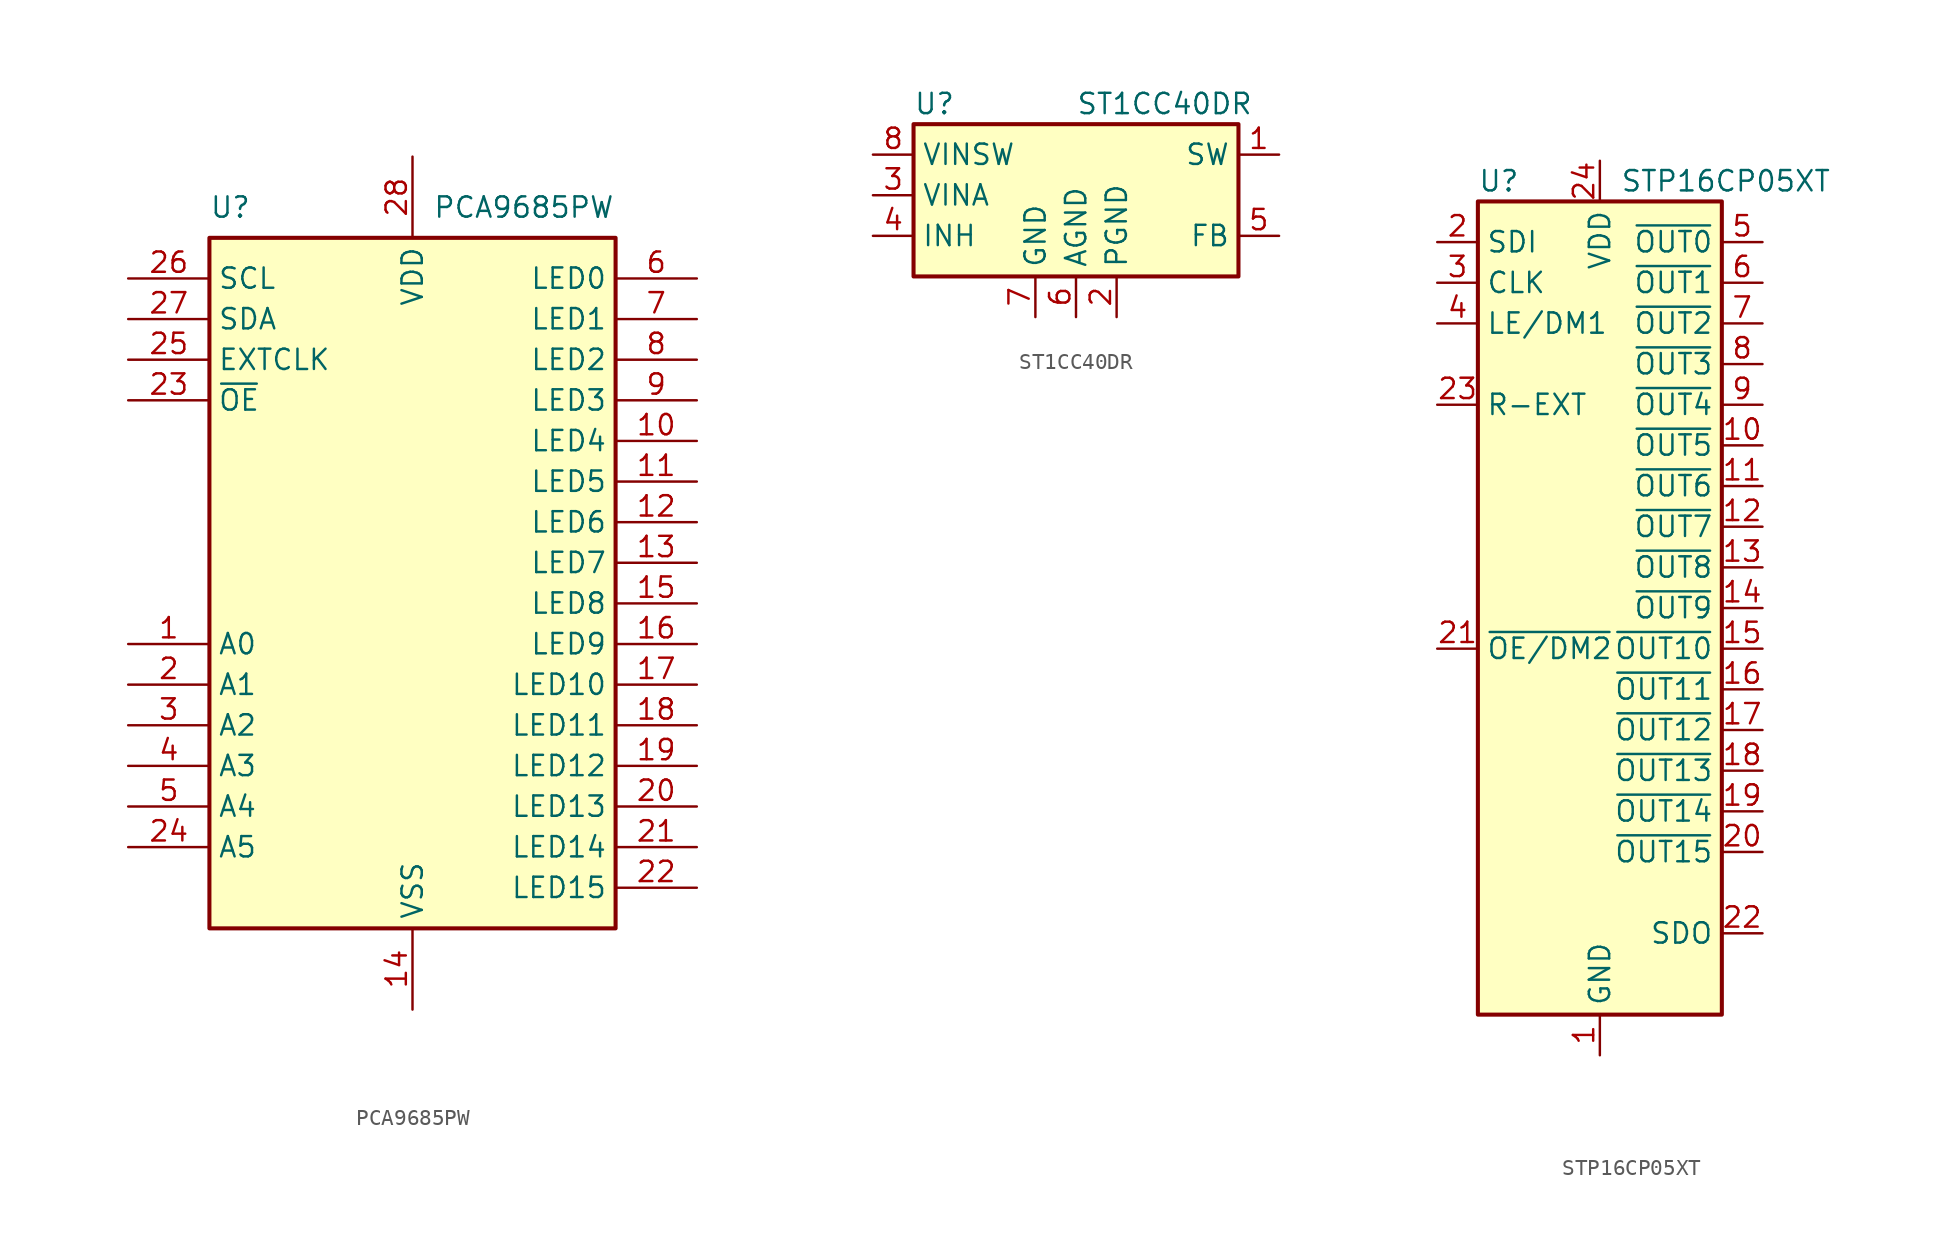
<source format=kicad_sym>
(kicad_symbol_lib
  (version 20211014)
  (generator kicad_symbol_editor)
  (symbol "PCA9685PW"
    (property "Reference" "U"
      (at -12.7 22.225 0)
      (effects (font (size 1.27 1.27)) (justify left)))
    (property "Value" "PCA9685PW"
      (at 1.27 22.225 0)
      (effects (font (size 1.27 1.27)) (justify left)))
    (symbol "PCA9685PW_0_1"
      (rectangle (start -12.7 20.32) (end 12.7 -22.86) (stroke (width 0.254) (type default) (color 0 0 0 0)) (fill (type background))))
    (symbol "PCA9685PW_1_1"
      (pin input line (at -17.78 -5.08 0) (length 5.08) (name "A0" (effects (font (size 1.27 1.27)))) (number "1" (effects (font (size 1.27 1.27)))))
      (pin output line (at 17.78 7.62 180) (length 5.08) (name "LED4" (effects (font (size 1.27 1.27)))) (number "10" (effects (font (size 1.27 1.27)))))
      (pin output line (at 17.78 5.08 180) (length 5.08) (name "LED5" (effects (font (size 1.27 1.27)))) (number "11" (effects (font (size 1.27 1.27)))))
      (pin output line (at 17.78 2.54 180) (length 5.08) (name "LED6" (effects (font (size 1.27 1.27)))) (number "12" (effects (font (size 1.27 1.27)))))
      (pin output line (at 17.78 0 180) (length 5.08) (name "LED7" (effects (font (size 1.27 1.27)))) (number "13" (effects (font (size 1.27 1.27)))))
      (pin power_in line (at 0 -27.94 90) (length 5.08) (name "VSS" (effects (font (size 1.27 1.27)))) (number "14" (effects (font (size 1.27 1.27)))))
      (pin output line (at 17.78 -2.54 180) (length 5.08) (name "LED8" (effects (font (size 1.27 1.27)))) (number "15" (effects (font (size 1.27 1.27)))))
      (pin output line (at 17.78 -5.08 180) (length 5.08) (name "LED9" (effects (font (size 1.27 1.27)))) (number "16" (effects (font (size 1.27 1.27)))))
      (pin output line (at 17.78 -7.62 180) (length 5.08) (name "LED10" (effects (font (size 1.27 1.27)))) (number "17" (effects (font (size 1.27 1.27)))))
      (pin output line (at 17.78 -10.16 180) (length 5.08) (name "LED11" (effects (font (size 1.27 1.27)))) (number "18" (effects (font (size 1.27 1.27)))))
      (pin output line (at 17.78 -12.7 180) (length 5.08) (name "LED12" (effects (font (size 1.27 1.27)))) (number "19" (effects (font (size 1.27 1.27)))))
      (pin input line (at -17.78 -7.62 0) (length 5.08) (name "A1" (effects (font (size 1.27 1.27)))) (number "2" (effects (font (size 1.27 1.27)))))
      (pin output line (at 17.78 -15.24 180) (length 5.08) (name "LED13" (effects (font (size 1.27 1.27)))) (number "20" (effects (font (size 1.27 1.27)))))
      (pin output line (at 17.78 -17.78 180) (length 5.08) (name "LED14" (effects (font (size 1.27 1.27)))) (number "21" (effects (font (size 1.27 1.27)))))
      (pin output line (at 17.78 -20.32 180) (length 5.08) (name "LED15" (effects (font (size 1.27 1.27)))) (number "22" (effects (font (size 1.27 1.27)))))
      (pin input line (at -17.78 10.16 0) (length 5.08) (name "~{OE}" (effects (font (size 1.27 1.27)))) (number "23" (effects (font (size 1.27 1.27)))))
      (pin input line (at -17.78 -17.78 0) (length 5.08) (name "A5" (effects (font (size 1.27 1.27)))) (number "24" (effects (font (size 1.27 1.27)))))
      (pin input line (at -17.78 12.7 0) (length 5.08) (name "EXTCLK" (effects (font (size 1.27 1.27)))) (number "25" (effects (font (size 1.27 1.27)))))
      (pin input line (at -17.78 17.78 0) (length 5.08) (name "SCL" (effects (font (size 1.27 1.27)))) (number "26" (effects (font (size 1.27 1.27)))))
      (pin bidirectional line (at -17.78 15.24 0) (length 5.08) (name "SDA" (effects (font (size 1.27 1.27)))) (number "27" (effects (font (size 1.27 1.27)))))
      (pin power_in line (at 0 25.4 270) (length 5.08) (name "VDD" (effects (font (size 1.27 1.27)))) (number "28" (effects (font (size 1.27 1.27)))))
      (pin input line (at -17.78 -10.16 0) (length 5.08) (name "A2" (effects (font (size 1.27 1.27)))) (number "3" (effects (font (size 1.27 1.27)))))
      (pin input line (at -17.78 -12.7 0) (length 5.08) (name "A3" (effects (font (size 1.27 1.27)))) (number "4" (effects (font (size 1.27 1.27)))))
      (pin input line (at -17.78 -15.24 0) (length 5.08) (name "A4" (effects (font (size 1.27 1.27)))) (number "5" (effects (font (size 1.27 1.27)))))
      (pin output line (at 17.78 17.78 180) (length 5.08) (name "LED0" (effects (font (size 1.27 1.27)))) (number "6" (effects (font (size 1.27 1.27)))))
      (pin output line (at 17.78 15.24 180) (length 5.08) (name "LED1" (effects (font (size 1.27 1.27)))) (number "7" (effects (font (size 1.27 1.27)))))
      (pin output line (at 17.78 12.7 180) (length 5.08) (name "LED2" (effects (font (size 1.27 1.27)))) (number "8" (effects (font (size 1.27 1.27)))))
      (pin output line (at 17.78 10.16 180) (length 5.08) (name "LED3" (effects (font (size 1.27 1.27)))) (number "9" (effects (font (size 1.27 1.27)))))))
  (symbol "ST1CC40DR"
    (property "Reference" "U"
      (at -10.16 5.715 0)
      (effects (font (size 1.27 1.27)) (justify left)))
    (property "Value" "ST1CC40DR"
      (at 0 5.715 0)
      (effects (font (size 1.27 1.27)) (justify left)))
    (symbol "ST1CC40DR_0_1"
      (rectangle (start 10.16 4.445) (end -10.16 -5.08) (stroke (width 0.254) (type default) (color 0 0 0 0)) (fill (type background))))
    (symbol "ST1CC40DR_1_1"
      (pin output line (at 12.7 2.54 180) (length 2.54) (name "SW" (effects (font (size 1.27 1.27)))) (number "1" (effects (font (size 1.27 1.27)))))
      (pin power_out line (at 2.54 -7.62 90) (length 2.54) (name "PGND" (effects (font (size 1.27 1.27)))) (number "2" (effects (font (size 1.27 1.27)))))
      (pin power_in line (at -12.7 0 0) (length 2.54) (name "VINA" (effects (font (size 1.27 1.27)))) (number "3" (effects (font (size 1.27 1.27)))))
      (pin input line (at -12.7 -2.54 0) (length 2.54) (name "INH" (effects (font (size 1.27 1.27)))) (number "4" (effects (font (size 1.27 1.27)))))
      (pin input line (at 12.7 -2.54 180) (length 2.54) (name "FB" (effects (font (size 1.27 1.27)))) (number "5" (effects (font (size 1.27 1.27)))))
      (pin power_in line (at 0 -7.62 90) (length 2.54) (name "AGND" (effects (font (size 1.27 1.27)))) (number "6" (effects (font (size 1.27 1.27)))))
      (pin power_in line (at -2.54 -7.62 90) (length 2.54) (name "GND" (effects (font (size 1.27 1.27)))) (number "7" (effects (font (size 1.27 1.27)))))
      (pin power_in line (at -12.7 2.54 0) (length 2.54) (name "VINSW" (effects (font (size 1.27 1.27)))) (number "8" (effects (font (size 1.27 1.27)))))))
  (symbol "STP16CP05XT"
    (property "Reference" "U"
      (at -7.62 26.67 0)
      (effects (font (size 1.27 1.27)) (justify left)))
    (property "Value" "STP16CP05XT"
      (at 1.27 26.67 0)
      (effects (font (size 1.27 1.27)) (justify left)))
    (symbol "STP16CP05XT_0_1"
      (rectangle (start -7.62 25.4) (end 7.62 -25.4) (stroke (width 0.254) (type default) (color 0 0 0 0)) (fill (type background))))
    (symbol "STP16CP05XT_1_1"
      (pin power_in line (at 0 -27.94 90) (length 2.54) (name "GND" (effects (font (size 1.27 1.27)))) (number "1" (effects (font (size 1.27 1.27)))))
      (pin output line (at 10.16 10.16 180) (length 2.54) (name "~{OUT5}" (effects (font (size 1.27 1.27)))) (number "10" (effects (font (size 1.27 1.27)))))
      (pin output line (at 10.16 7.62 180) (length 2.54) (name "~{OUT6}" (effects (font (size 1.27 1.27)))) (number "11" (effects (font (size 1.27 1.27)))))
      (pin output line (at 10.16 5.08 180) (length 2.54) (name "~{OUT7}" (effects (font (size 1.27 1.27)))) (number "12" (effects (font (size 1.27 1.27)))))
      (pin output line (at 10.16 2.54 180) (length 2.54) (name "~{OUT8}" (effects (font (size 1.27 1.27)))) (number "13" (effects (font (size 1.27 1.27)))))
      (pin output line (at 10.16 0 180) (length 2.54) (name "~{OUT9}" (effects (font (size 1.27 1.27)))) (number "14" (effects (font (size 1.27 1.27)))))
      (pin output line (at 10.16 -2.54 180) (length 2.54) (name "~{OUT10}" (effects (font (size 1.27 1.27)))) (number "15" (effects (font (size 1.27 1.27)))))
      (pin output line (at 10.16 -5.08 180) (length 2.54) (name "~{OUT11}" (effects (font (size 1.27 1.27)))) (number "16" (effects (font (size 1.27 1.27)))))
      (pin output line (at 10.16 -7.62 180) (length 2.54) (name "~{OUT12}" (effects (font (size 1.27 1.27)))) (number "17" (effects (font (size 1.27 1.27)))))
      (pin output line (at 10.16 -10.16 180) (length 2.54) (name "~{OUT13}" (effects (font (size 1.27 1.27)))) (number "18" (effects (font (size 1.27 1.27)))))
      (pin output line (at 10.16 -12.7 180) (length 2.54) (name "~{OUT14}" (effects (font (size 1.27 1.27)))) (number "19" (effects (font (size 1.27 1.27)))))
      (pin input line (at -10.16 22.86 0) (length 2.54) (name "SDI" (effects (font (size 1.27 1.27)))) (number "2" (effects (font (size 1.27 1.27)))))
      (pin output line (at 10.16 -15.24 180) (length 2.54) (name "~{OUT15}" (effects (font (size 1.27 1.27)))) (number "20" (effects (font (size 1.27 1.27)))))
      (pin input line (at -10.16 -2.54 0) (length 2.54) (name "~{OE/DM2}" (effects (font (size 1.27 1.27)))) (number "21" (effects (font (size 1.27 1.27)))))
      (pin output line (at 10.16 -20.32 180) (length 2.54) (name "SDO" (effects (font (size 1.27 1.27)))) (number "22" (effects (font (size 1.27 1.27)))))
      (pin passive line (at -10.16 12.7 0) (length 2.54) (name "R-EXT" (effects (font (size 1.27 1.27)))) (number "23" (effects (font (size 1.27 1.27)))))
      (pin power_in line (at 0 27.94 270) (length 2.54) (name "VDD" (effects (font (size 1.27 1.27)))) (number "24" (effects (font (size 1.27 1.27)))))
      (pin passive line (at 0 -27.94 90) (length 2.54) hide (name "GND" (effects (font (size 1.27 1.27)))) (number "25" (effects (font (size 1.27 1.27)))))
      (pin input line (at -10.16 20.32 0) (length 2.54) (name "CLK" (effects (font (size 1.27 1.27)))) (number "3" (effects (font (size 1.27 1.27)))))
      (pin input line (at -10.16 17.78 0) (length 2.54) (name "LE/DM1" (effects (font (size 1.27 1.27)))) (number "4" (effects (font (size 1.27 1.27)))))
      (pin output line (at 10.16 22.86 180) (length 2.54) (name "~{OUT0}" (effects (font (size 1.27 1.27)))) (number "5" (effects (font (size 1.27 1.27)))))
      (pin output line (at 10.16 20.32 180) (length 2.54) (name "~{OUT1}" (effects (font (size 1.27 1.27)))) (number "6" (effects (font (size 1.27 1.27)))))
      (pin output line (at 10.16 17.78 180) (length 2.54) (name "~{OUT2}" (effects (font (size 1.27 1.27)))) (number "7" (effects (font (size 1.27 1.27)))))
      (pin output line (at 10.16 15.24 180) (length 2.54) (name "~{OUT3}" (effects (font (size 1.27 1.27)))) (number "8" (effects (font (size 1.27 1.27)))))
      (pin output line (at 10.16 12.7 180) (length 2.54) (name "~{OUT4}" (effects (font (size 1.27 1.27)))) (number "9" (effects (font (size 1.27 1.27))))))))
</source>
